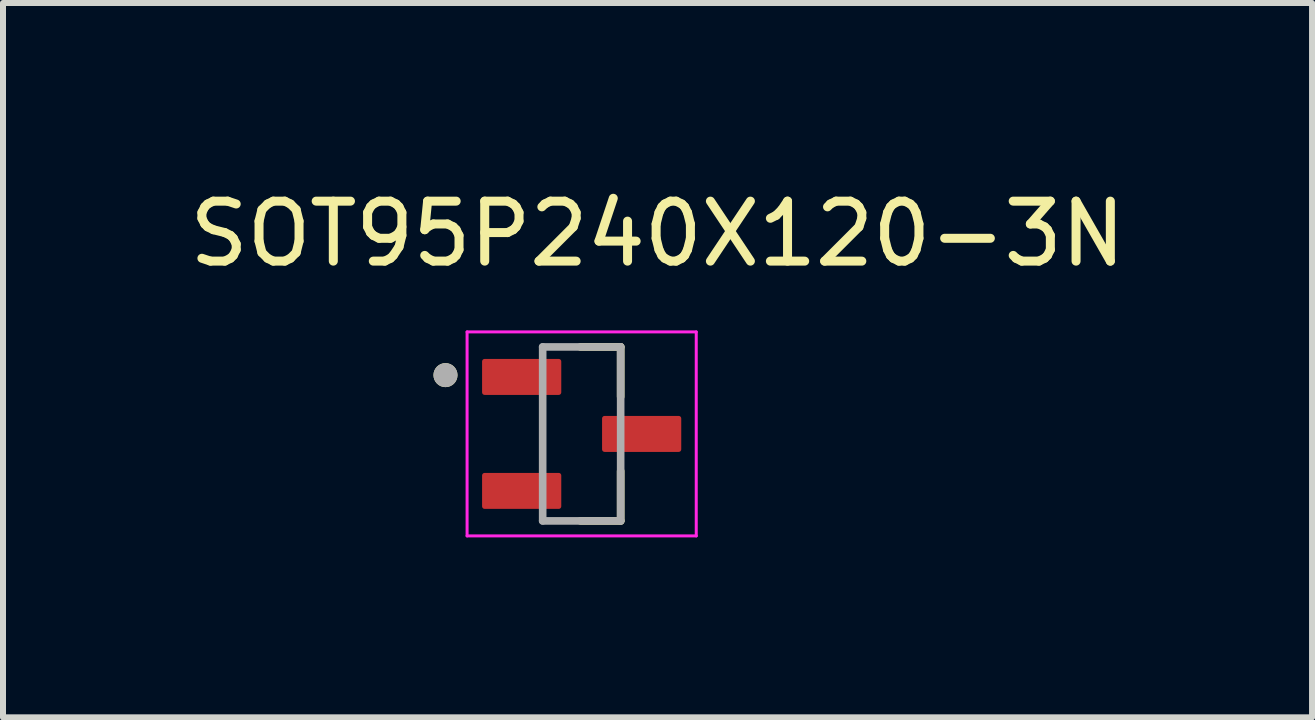
<source format=kicad_pcb>
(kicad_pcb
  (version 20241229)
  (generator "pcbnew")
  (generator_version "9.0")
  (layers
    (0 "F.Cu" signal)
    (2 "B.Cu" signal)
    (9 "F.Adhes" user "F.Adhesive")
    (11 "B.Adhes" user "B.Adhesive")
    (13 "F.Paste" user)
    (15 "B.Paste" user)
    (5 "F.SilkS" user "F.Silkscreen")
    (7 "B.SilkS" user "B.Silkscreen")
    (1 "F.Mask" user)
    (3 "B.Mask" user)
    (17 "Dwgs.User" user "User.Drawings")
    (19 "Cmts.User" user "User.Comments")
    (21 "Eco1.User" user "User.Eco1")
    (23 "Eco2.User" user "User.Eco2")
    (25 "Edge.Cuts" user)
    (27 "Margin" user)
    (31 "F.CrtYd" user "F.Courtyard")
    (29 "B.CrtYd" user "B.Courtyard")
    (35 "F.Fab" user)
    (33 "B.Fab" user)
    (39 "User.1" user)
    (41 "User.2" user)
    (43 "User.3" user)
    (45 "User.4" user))
  (footprint "SOT95P240X120-3N"
    (layer "F.Cu")
    (at 6.646 4.183)
    (property "Reference" "SOT95P240X120-3N" (at 1.265 -3.335 0) (layer "F.SilkS") (effects (font (size 1 1) (thickness 0.15))))
    (attr smd)
    (fp_line (start -0.02 -1.45) (end 0.65 -1.45) (stroke (width 0.127) (type solid)) (layer "F.SilkS"))
    (fp_line (start 0.65 -1.45) (end 0.65 -0.62) (stroke (width 0.127) (type solid)) (layer "F.SilkS"))
    (fp_line (start 0.65 1.45) (end -0.02 1.45) (stroke (width 0.127) (type solid)) (layer "F.SilkS"))
    (fp_line (start 0.65 1.45) (end 0.65 0.62) (stroke (width 0.127) (type solid)) (layer "F.SilkS"))
    (fp_circle (center -2.27 -0.98) (end -2.17 -0.98) (stroke (width 0.2) (type solid)) (fill no) (layer "F.SilkS"))
    (fp_line (start -1.91 -1.7) (end -1.91 1.7) (stroke (width 0.05) (type solid)) (layer "F.CrtYd"))
    (fp_line (start -1.91 1.7) (end 1.91 1.7) (stroke (width 0.05) (type solid)) (layer "F.CrtYd"))
    (fp_line (start 1.91 -1.7) (end -1.91 -1.7) (stroke (width 0.05) (type solid)) (layer "F.CrtYd"))
    (fp_line (start 1.91 1.7) (end 1.91 -1.7) (stroke (width 0.05) (type solid)) (layer "F.CrtYd"))
    (fp_line (start -0.65 -1.45) (end 0.65 -1.45) (stroke (width 0.127) (type solid)) (layer "F.Fab"))
    (fp_line (start -0.65 1.45) (end -0.65 -1.45) (stroke (width 0.127) (type solid)) (layer "F.Fab"))
    (fp_line (start 0.65 -1.45) (end 0.65 1.45) (stroke (width 0.127) (type solid)) (layer "F.Fab"))
    (fp_line (start 0.65 1.45) (end -0.65 1.45) (stroke (width 0.127) (type solid)) (layer "F.Fab"))
    (fp_circle (center -2.27 -0.98) (end -2.17 -0.98) (stroke (width 0.2) (type solid)) (fill no) (layer "F.Fab"))
    (pad "1" smd roundrect (at -1 -0.95) (size 1.32 0.6) (layers "F.Cu" "F.Mask" "F.Paste") (roundrect_rratio 0.07))
    (pad "2" smd roundrect (at -1 0.95) (size 1.32 0.6) (layers "F.Cu" "F.Mask" "F.Paste") (roundrect_rratio 0.07))
    (pad "3" smd roundrect (at 1 0) (size 1.32 0.6) (layers "F.Cu" "F.Mask" "F.Paste") (roundrect_rratio 0.07)))
  (gr_rect
    (start -3 -3)
    (end 18.821 8.908)
    (stroke (width 0.1) (type default))
    (fill no)
    (layer "Edge.Cuts")))
</source>
